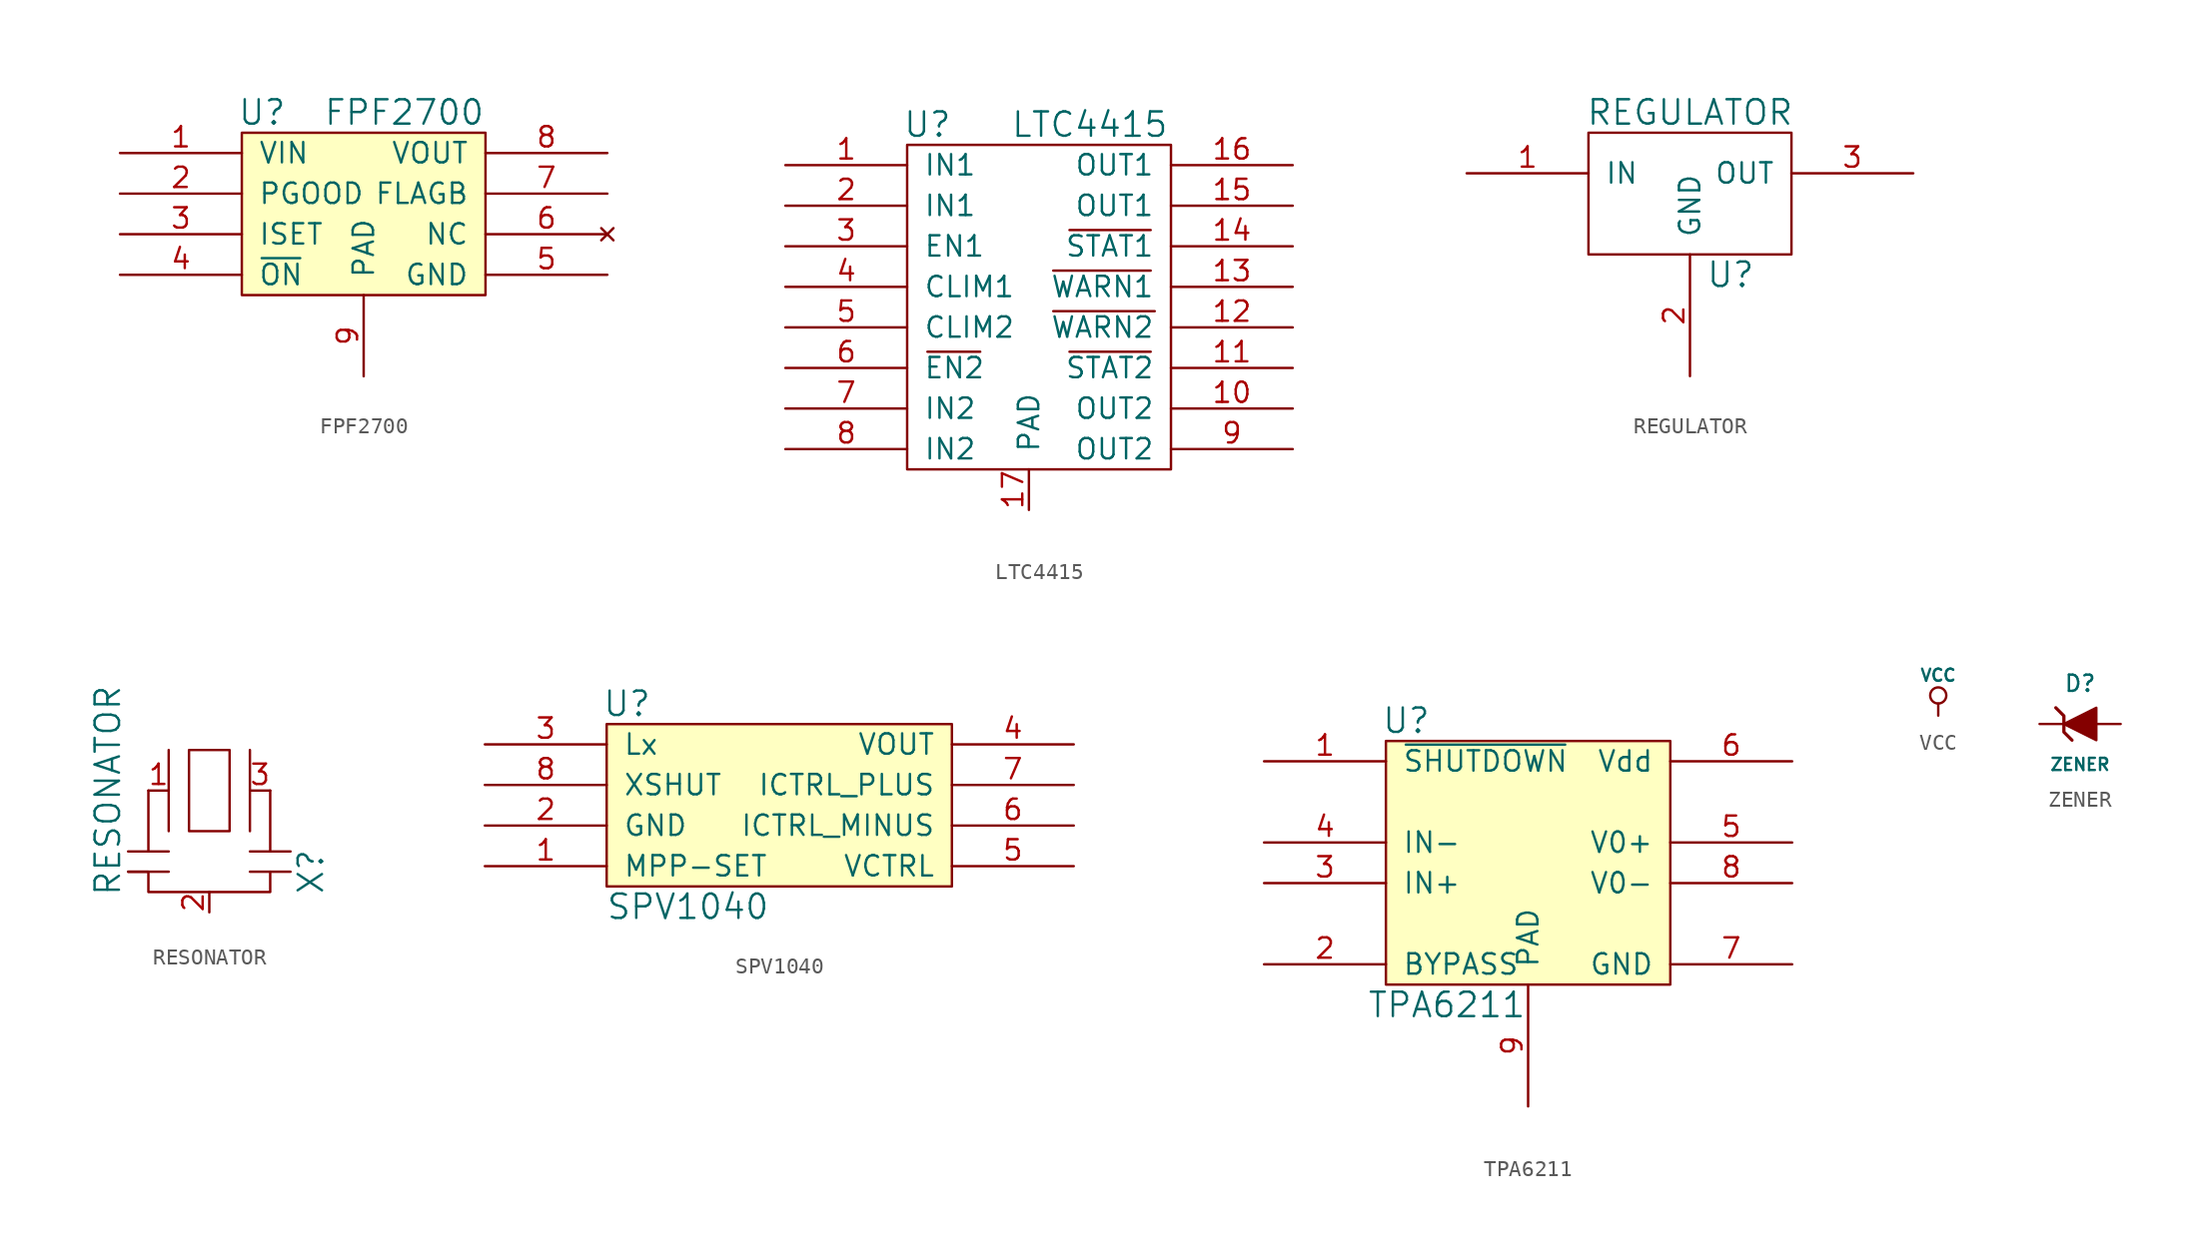
<source format=kicad_sym>
(kicad_symbol_lib
  (version 20211014)
  (generator kicad_symbol_editor)
  (symbol "FPF2700"
    (pin_names
      (offset 1.016))
    (property "Reference" "U"
      (at -6.35 6.35 0)
      (effects (font (size 1.524 1.524))))
    (property "Value" "FPF2700"
      (at 2.54 6.35 0)
      (effects (font (size 1.524 1.524))))
    (property "Footprint" ""
      (at 2.54 0 0)
      (effects (font (size 1.524 1.524))))
    (property "Datasheet" ""
      (at 2.54 0 0)
      (effects (font (size 1.524 1.524))))
    (symbol "FPF2700_0_1"
      (rectangle (start 7.62 -5.08) (end -7.62 5.08) (stroke (width 0) (type default) (color 0 0 0 0)) (fill (type background))))
    (symbol "FPF2700_1_1"
      (pin power_out line (at -15.24 3.81 0) (length 7.62) (name "VIN" (effects (font (size 1.27 1.27)))) (number "1" (effects (font (size 1.27 1.27)))))
      (pin open_collector line (at -15.24 1.27 0) (length 7.62) (name "PGOOD" (effects (font (size 1.27 1.27)))) (number "2" (effects (font (size 1.27 1.27)))))
      (pin bidirectional line (at -15.24 -1.27 0) (length 7.62) (name "ISET" (effects (font (size 1.27 1.27)))) (number "3" (effects (font (size 1.27 1.27)))))
      (pin input line (at -15.24 -3.81 0) (length 7.62) (name "~{ON}" (effects (font (size 1.27 1.27)))) (number "4" (effects (font (size 1.27 1.27)))))
      (pin power_in line (at 15.24 -3.81 180) (length 7.62) (name "GND" (effects (font (size 1.27 1.27)))) (number "5" (effects (font (size 1.27 1.27)))))
      (pin no_connect line (at 15.24 -1.27 180) (length 7.62) (name "NC" (effects (font (size 1.27 1.27)))) (number "6" (effects (font (size 1.27 1.27)))))
      (pin open_collector line (at 15.24 1.27 180) (length 7.62) (name "FLAGB" (effects (font (size 1.27 1.27)))) (number "7" (effects (font (size 1.27 1.27)))))
      (pin power_out line (at 15.24 3.81 180) (length 7.62) (name "VOUT" (effects (font (size 1.27 1.27)))) (number "8" (effects (font (size 1.27 1.27)))))
      (pin power_in line (at 0 -10.16 90) (length 5.08) (name "PAD" (effects (font (size 1.27 1.27)))) (number "9" (effects (font (size 1.27 1.27)))))))
  (symbol "LTC4415"
    (pin_names
      (offset 1.016))
    (property "Reference" "U"
      (at -6.35 11.43 0)
      (effects (font (size 1.524 1.524))))
    (property "Value" "LTC4415"
      (at 3.81 11.43 0)
      (effects (font (size 1.524 1.524))))
    (property "Footprint" ""
      (at 0 0 0)
      (effects (font (size 1.524 1.524))))
    (property "Datasheet" ""
      (at 0 0 0)
      (effects (font (size 1.524 1.524))))
    (symbol "LTC4415_0_1"
      (rectangle (start -7.62 10.16) (end 8.89 -10.16) (stroke (width 0) (type default) (color 0 0 0 0)) (fill (type none)))
      (polyline (pts (xy -6.35 -2.794) (xy -3.048 -2.794)) (stroke (width 0) (type default) (color 0 0 0 0)) (fill (type none)))
      (polyline (pts (xy 1.524 -0.254) (xy 7.874 -0.254)) (stroke (width 0) (type default) (color 0 0 0 0)) (fill (type none)))
      (polyline (pts (xy 1.524 2.286) (xy 7.62 2.286)) (stroke (width 0) (type default) (color 0 0 0 0)) (fill (type none)))
      (polyline (pts (xy 2.54 -2.794) (xy 7.62 -2.794)) (stroke (width 0) (type default) (color 0 0 0 0)) (fill (type none)))
      (polyline (pts (xy 2.54 4.826) (xy 7.62 4.826)) (stroke (width 0) (type default) (color 0 0 0 0)) (fill (type none))))
    (symbol "LTC4415_1_1"
      (pin power_in line (at -15.24 8.89 0) (length 7.62) (name "IN1" (effects (font (size 1.27 1.27)))) (number "1" (effects (font (size 1.27 1.27)))))
      (pin power_out line (at 16.51 -6.35 180) (length 7.62) (name "OUT2" (effects (font (size 1.27 1.27)))) (number "10" (effects (font (size 1.27 1.27)))))
      (pin open_collector line (at 16.51 -3.81 180) (length 7.62) (name "STAT2" (effects (font (size 1.27 1.27)))) (number "11" (effects (font (size 1.27 1.27)))))
      (pin open_collector line (at 16.51 -1.27 180) (length 7.62) (name "WARN2" (effects (font (size 1.27 1.27)))) (number "12" (effects (font (size 1.27 1.27)))))
      (pin open_collector line (at 16.51 1.27 180) (length 7.62) (name "WARN1" (effects (font (size 1.27 1.27)))) (number "13" (effects (font (size 1.27 1.27)))))
      (pin open_collector line (at 16.51 3.81 180) (length 7.62) (name "STAT1" (effects (font (size 1.27 1.27)))) (number "14" (effects (font (size 1.27 1.27)))))
      (pin power_out line (at 16.51 6.35 180) (length 7.62) (name "OUT1" (effects (font (size 1.27 1.27)))) (number "15" (effects (font (size 1.27 1.27)))))
      (pin power_out line (at 16.51 8.89 180) (length 7.62) (name "OUT1" (effects (font (size 1.27 1.27)))) (number "16" (effects (font (size 1.27 1.27)))))
      (pin power_in line (at 0 -12.7 90) (length 2.54) (name "PAD" (effects (font (size 1.27 1.27)))) (number "17" (effects (font (size 1.27 1.27)))))
      (pin power_in line (at -15.24 6.35 0) (length 7.62) (name "IN1" (effects (font (size 1.27 1.27)))) (number "2" (effects (font (size 1.27 1.27)))))
      (pin input line (at -15.24 3.81 0) (length 7.62) (name "EN1" (effects (font (size 1.27 1.27)))) (number "3" (effects (font (size 1.27 1.27)))))
      (pin output line (at -15.24 1.27 0) (length 7.62) (name "CLIM1" (effects (font (size 1.27 1.27)))) (number "4" (effects (font (size 1.27 1.27)))))
      (pin output line (at -15.24 -1.27 0) (length 7.62) (name "CLIM2" (effects (font (size 1.27 1.27)))) (number "5" (effects (font (size 1.27 1.27)))))
      (pin input line (at -15.24 -3.81 0) (length 7.62) (name "EN2" (effects (font (size 1.27 1.27)))) (number "6" (effects (font (size 1.27 1.27)))))
      (pin power_in line (at -15.24 -6.35 0) (length 7.62) (name "IN2" (effects (font (size 1.27 1.27)))) (number "7" (effects (font (size 1.27 1.27)))))
      (pin power_in line (at -15.24 -8.89 0) (length 7.62) (name "IN2" (effects (font (size 1.27 1.27)))) (number "8" (effects (font (size 1.27 1.27)))))
      (pin power_out line (at 16.51 -8.89 180) (length 7.62) (name "OUT2" (effects (font (size 1.27 1.27)))) (number "9" (effects (font (size 1.27 1.27)))))))
  (symbol "REGULATOR"
    (pin_names
      (offset 1.016))
    (property "Reference" "U"
      (at 2.54 -6.35 0)
      (effects (font (size 1.524 1.524))))
    (property "Value" "REGULATOR"
      (at 0 3.81 0)
      (effects (font (size 1.524 1.524))))
    (property "Footprint" ""
      (at 0 0 0)
      (effects (font (size 1.524 1.524))))
    (property "Datasheet" ""
      (at 0 0 0)
      (effects (font (size 1.524 1.524))))
    (symbol "REGULATOR_0_1"
      (rectangle (start 6.35 2.54) (end -6.35 -5.08) (stroke (width 0) (type default) (color 0 0 0 0)) (fill (type none))))
    (symbol "REGULATOR_1_1"
      (pin power_in line (at -13.97 0 0) (length 7.62) (name "IN" (effects (font (size 1.27 1.27)))) (number "1" (effects (font (size 1.27 1.27)))))
      (pin power_in line (at 0 -12.7 90) (length 7.62) (name "GND" (effects (font (size 1.27 1.27)))) (number "2" (effects (font (size 1.27 1.27)))))
      (pin power_out line (at 13.97 0 180) (length 7.62) (name "OUT" (effects (font (size 1.27 1.27)))) (number "3" (effects (font (size 1.27 1.27)))))))
  (symbol "RESONATOR"
    (pin_names
      (offset 1.016))
    (property "Reference" "X"
      (at 6.35 -5.08 90)
      (effects (font (size 1.524 1.524))))
    (property "Value" "RESONATOR"
      (at -6.35 0 90)
      (effects (font (size 1.524 1.524))))
    (property "Footprint" ""
      (at 0 0 0)
      (effects (font (size 1.524 1.524))))
    (property "Datasheet" ""
      (at 0 0 0)
      (effects (font (size 1.524 1.524))))
    (symbol "RESONATOR_0_1"
      (rectangle (start -1.27 2.54) (end 1.27 -2.54) (stroke (width 0) (type default) (color 0 0 0 0)) (fill (type none)))
      (polyline (pts (xy -5.08 -5.08) (xy -2.54 -5.08)) (stroke (width 0) (type default) (color 0 0 0 0)) (fill (type none)))
      (polyline (pts (xy -3.81 -3.81) (xy -3.81 0)) (stroke (width 0) (type default) (color 0 0 0 0)) (fill (type none)))
      (polyline (pts (xy -2.54 -3.81) (xy -5.08 -3.81)) (stroke (width 0) (type default) (color 0 0 0 0)) (fill (type none)))
      (polyline (pts (xy -2.54 2.54) (xy -2.54 -2.54)) (stroke (width 0) (type default) (color 0 0 0 0)) (fill (type none)))
      (polyline (pts (xy 2.54 -3.81) (xy 5.08 -3.81)) (stroke (width 0) (type default) (color 0 0 0 0)) (fill (type none)))
      (polyline (pts (xy 2.54 2.54) (xy 2.54 -2.54)) (stroke (width 0) (type default) (color 0 0 0 0)) (fill (type none)))
      (polyline (pts (xy 3.81 -3.81) (xy 3.81 0)) (stroke (width 0) (type default) (color 0 0 0 0)) (fill (type none)))
      (polyline (pts (xy 5.08 -5.08) (xy 2.54 -5.08)) (stroke (width 0) (type default) (color 0 0 0 0)) (fill (type none)))
      (polyline (pts (xy 3.81 -5.08) (xy 3.81 -6.35) (xy 0 -6.35)) (stroke (width 0) (type default) (color 0 0 0 0)) (fill (type none)))
      (polyline (pts (xy 0 -6.35) (xy -3.81 -6.35) (xy -3.81 -5.08) (xy -5.08 -5.08)) (stroke (width 0) (type default) (color 0 0 0 0)) (fill (type none))))
    (symbol "RESONATOR_1_1"
      (pin unspecified line (at -3.81 0 0) (length 1.27) (name "~" (effects (font (size 1.27 1.27)))) (number "1" (effects (font (size 1.27 1.27)))))
      (pin unspecified line (at 0 -7.62 90) (length 1.27) (name "~" (effects (font (size 1.27 1.27)))) (number "2" (effects (font (size 1.27 1.27)))))
      (pin unspecified line (at 3.81 0 180) (length 1.27) (name "~" (effects (font (size 1.27 1.27)))) (number "3" (effects (font (size 1.27 1.27)))))))
  (symbol "SPV1040"
    (pin_names
      (offset 1.016))
    (property "Reference" "U"
      (at -8.89 7.62 0)
      (effects (font (size 1.524 1.524))))
    (property "Value" "SPV1040"
      (at -5.08 -5.08 0)
      (effects (font (size 1.524 1.524))))
    (property "Footprint" ""
      (at 0 0 0)
      (effects (font (size 1.524 1.524))))
    (property "Datasheet" ""
      (at 0 0 0)
      (effects (font (size 1.524 1.524))))
    (symbol "SPV1040_0_1"
      (rectangle (start -10.16 6.35) (end 11.43 -3.81) (stroke (width 0) (type default) (color 0 0 0 0)) (fill (type background))))
    (symbol "SPV1040_1_1"
      (pin input line (at -17.78 -2.54 0) (length 7.62) (name "MPP-SET" (effects (font (size 1.27 1.27)))) (number "1" (effects (font (size 1.27 1.27)))))
      (pin power_in line (at -17.78 0 0) (length 7.62) (name "GND" (effects (font (size 1.27 1.27)))) (number "2" (effects (font (size 1.27 1.27)))))
      (pin bidirectional line (at -17.78 5.08 0) (length 7.62) (name "Lx" (effects (font (size 1.27 1.27)))) (number "3" (effects (font (size 1.27 1.27)))))
      (pin power_out line (at 19.05 5.08 180) (length 7.62) (name "VOUT" (effects (font (size 1.27 1.27)))) (number "4" (effects (font (size 1.27 1.27)))))
      (pin input line (at 19.05 -2.54 180) (length 7.62) (name "VCTRL" (effects (font (size 1.27 1.27)))) (number "5" (effects (font (size 1.27 1.27)))))
      (pin input line (at 19.05 0 180) (length 7.62) (name "ICTRL_MINUS" (effects (font (size 1.27 1.27)))) (number "6" (effects (font (size 1.27 1.27)))))
      (pin input line (at 19.05 2.54 180) (length 7.62) (name "ICTRL_PLUS" (effects (font (size 1.27 1.27)))) (number "7" (effects (font (size 1.27 1.27)))))
      (pin input line (at -17.78 2.54 0) (length 7.62) (name "XSHUT" (effects (font (size 1.27 1.27)))) (number "8" (effects (font (size 1.27 1.27)))))))
  (symbol "TPA6211"
    (pin_names
      (offset 1.016))
    (property "Reference" "U"
      (at -7.62 8.89 0)
      (effects (font (size 1.524 1.524))))
    (property "Value" "TPA6211"
      (at -5.08 -8.89 0)
      (effects (font (size 1.524 1.524))))
    (property "Footprint" ""
      (at -2.54 -8.89 0)
      (effects (font (size 1.524 1.524))))
    (property "Datasheet" ""
      (at -2.54 -8.89 0)
      (effects (font (size 1.524 1.524))))
    (symbol "TPA6211_0_1"
      (rectangle (start -8.89 7.62) (end 8.89 -7.62) (stroke (width 0) (type default) (color 0 0 0 0)) (fill (type background))))
    (symbol "TPA6211_1_1"
      (pin input line (at -16.51 6.35 0) (length 7.62) (name "~{SHUTDOWN}" (effects (font (size 1.27 1.27)))) (number "1" (effects (font (size 1.27 1.27)))))
      (pin input line (at -16.51 -6.35 0) (length 7.62) (name "BYPASS" (effects (font (size 1.27 1.27)))) (number "2" (effects (font (size 1.27 1.27)))))
      (pin input line (at -16.51 -1.27 0) (length 7.62) (name "IN+" (effects (font (size 1.27 1.27)))) (number "3" (effects (font (size 1.27 1.27)))))
      (pin input line (at -16.51 1.27 0) (length 7.62) (name "IN-" (effects (font (size 1.27 1.27)))) (number "4" (effects (font (size 1.27 1.27)))))
      (pin output line (at 16.51 1.27 180) (length 7.62) (name "V0+" (effects (font (size 1.27 1.27)))) (number "5" (effects (font (size 1.27 1.27)))))
      (pin power_in line (at 16.51 6.35 180) (length 7.62) (name "Vdd" (effects (font (size 1.27 1.27)))) (number "6" (effects (font (size 1.27 1.27)))))
      (pin power_in line (at 16.51 -6.35 180) (length 7.62) (name "GND" (effects (font (size 1.27 1.27)))) (number "7" (effects (font (size 1.27 1.27)))))
      (pin output line (at 16.51 -1.27 180) (length 7.62) (name "V0-" (effects (font (size 1.27 1.27)))) (number "8" (effects (font (size 1.27 1.27)))))
      (pin passive line (at 0 -15.24 90) (length 7.62) (name "PAD" (effects (font (size 1.27 1.27)))) (number "9" (effects (font (size 1.27 1.27)))))))
  (symbol "VCC"
    (power)
    (pin_names
      (offset 0))
    (property "Reference" "#PWR"
      (at 0 2.54 0)
      (effects (font (size 0.762 0.762)) hide))
    (property "Value" "VCC"
      (at 0 2.54 0)
      (effects (font (size 0.762 0.762))))
    (property "Footprint" ""
      (at 0 0 0)
      (effects (font (size 1.524 1.524))))
    (property "Datasheet" ""
      (at 0 0 0)
      (effects (font (size 1.524 1.524))))
    (symbol "VCC_0_0"
      (pin power_in line (at 0 0 90) (length 0) hide (name "VCC" (effects (font (size 0.508 0.508)))) (number "1" (effects (font (size 0.508 0.508))))))
    (symbol "VCC_0_1"
      (polyline (pts (xy 0 0) (xy 0 0.762) (xy 0 0.762)) (stroke (width 0) (type default) (color 0 0 0 0)) (fill (type none)))
      (circle (center 0 1.27) (radius 0.508) (stroke (width 0) (type default) (color 0 0 0 0)) (fill (type none)))))
  (symbol "ZENER"
    (pin_numbers hide)
    (pin_names
      (offset 1.016) hide)
    (property "Reference" "D"
      (at 0 2.54 0)
      (effects (font (size 1.016 1.016))))
    (property "Value" "ZENER"
      (at 0 -2.54 0)
      (effects (font (size 0.762 0.762))))
    (property "Footprint" ""
      (at 0 0 0)
      (effects (font (size 1.524 1.524))))
    (property "Datasheet" ""
      (at 0 0 0)
      (effects (font (size 1.524 1.524))))
    (symbol "ZENER_0_1"
      (polyline (pts (xy -1.524 1.016) (xy -1.016 0.508) (xy -1.016 -0.508) (xy -0.508 -1.016)) (stroke (width 0.203) (type default) (color 0 0 0 0)) (fill (type none)))
      (polyline (pts (xy 1.016 1.016) (xy -1.016 0) (xy 1.016 -1.016) (xy 1.016 1.016)) (stroke (width 0) (type default) (color 0 0 0 0)) (fill (type outline))))
    (symbol "ZENER_1_1"
      (pin passive line (at -2.54 0 0) (length 1.524) (name "K" (effects (font (size 1.016 1.016)))) (number "1" (effects (font (size 1.016 1.016)))))
      (pin passive line (at 2.54 0 180) (length 1.524) (name "A" (effects (font (size 1.016 1.016)))) (number "2" (effects (font (size 1.016 1.016))))))))
</source>
